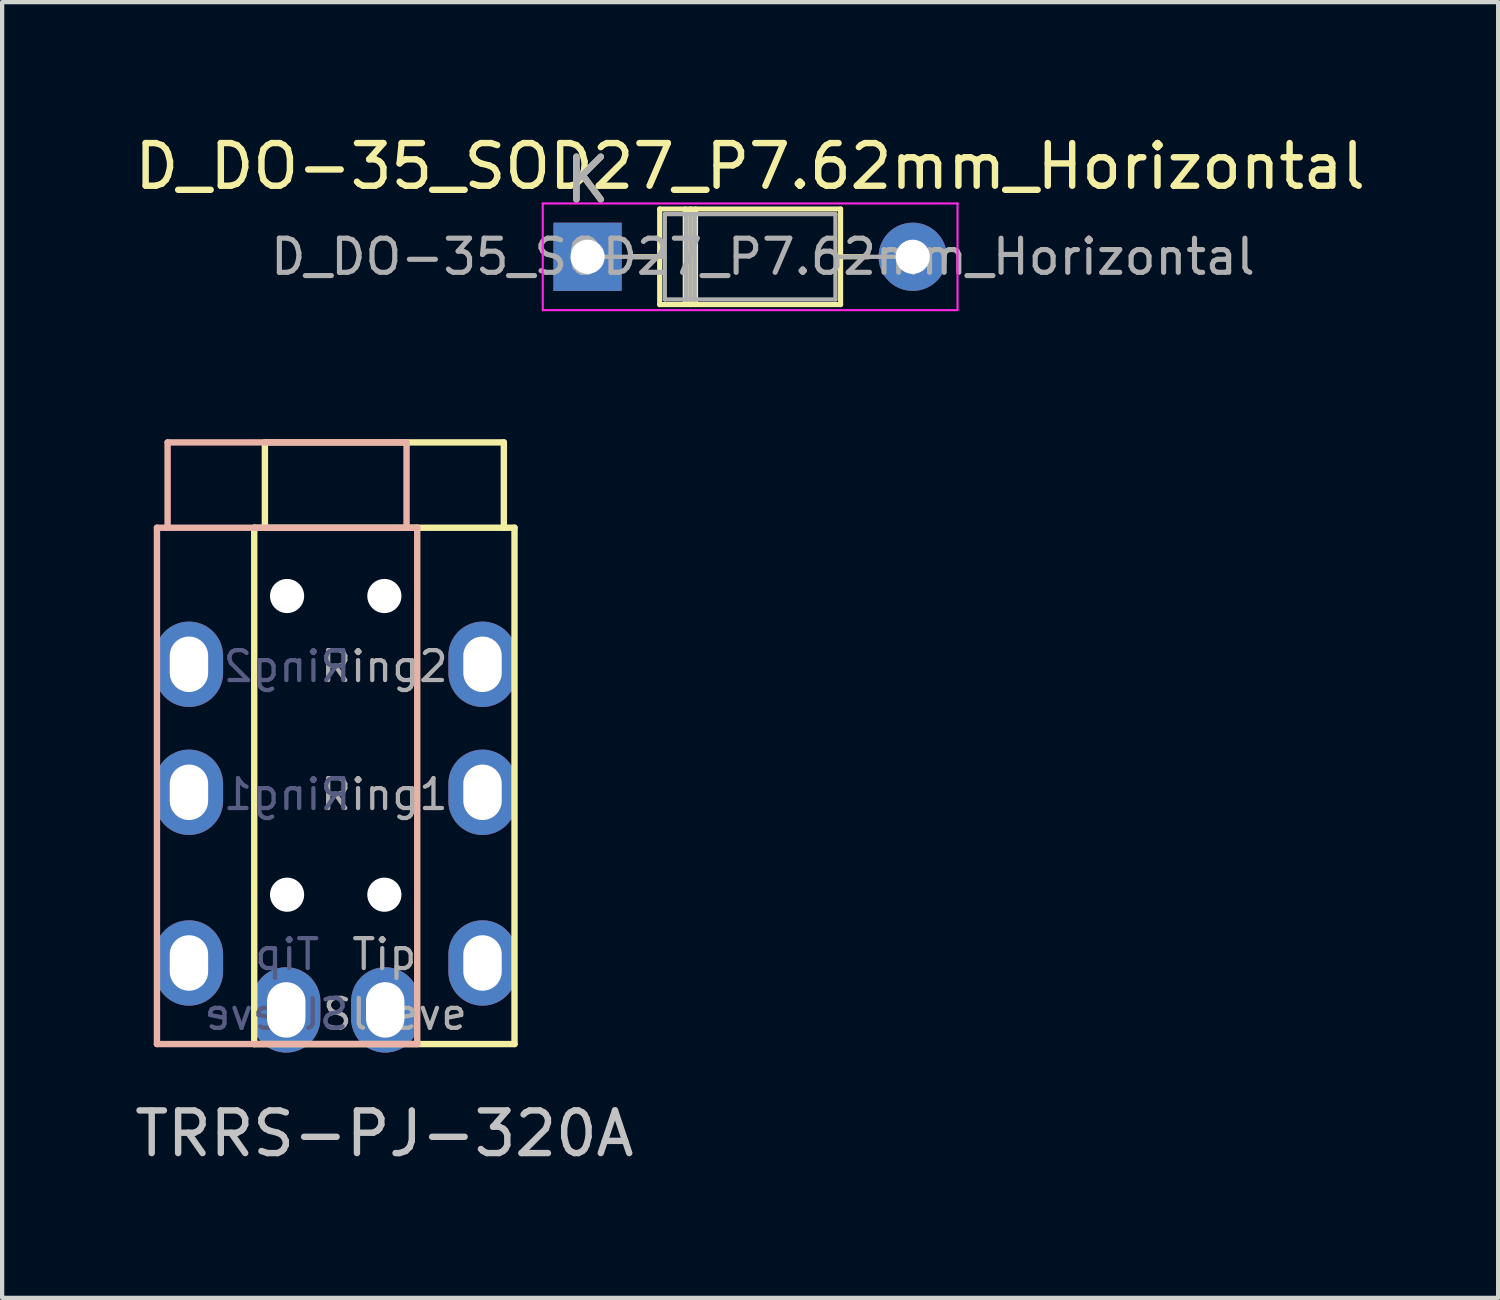
<source format=kicad_pcb>
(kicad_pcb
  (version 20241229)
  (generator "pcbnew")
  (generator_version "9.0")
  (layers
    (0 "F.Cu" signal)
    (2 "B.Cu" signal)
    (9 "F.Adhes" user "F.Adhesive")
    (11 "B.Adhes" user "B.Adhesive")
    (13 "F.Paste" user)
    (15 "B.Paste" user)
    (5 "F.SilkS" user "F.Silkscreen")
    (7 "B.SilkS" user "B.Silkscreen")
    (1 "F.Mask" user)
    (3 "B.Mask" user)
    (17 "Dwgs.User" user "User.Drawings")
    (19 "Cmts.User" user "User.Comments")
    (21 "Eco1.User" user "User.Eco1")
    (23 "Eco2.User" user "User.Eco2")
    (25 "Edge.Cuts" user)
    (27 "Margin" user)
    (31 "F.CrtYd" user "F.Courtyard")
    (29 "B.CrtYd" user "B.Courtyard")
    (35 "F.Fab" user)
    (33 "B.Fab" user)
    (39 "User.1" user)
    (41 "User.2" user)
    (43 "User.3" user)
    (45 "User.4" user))
  (footprint "TRRS-PJ-320A"
    (layer "F.Cu")
    (at 5.958 9.318)
    (property "Reference" "TRRS-PJ-320A" (at 0 14.2 0) (layer "Dwgs.User") (effects (font (size 1 1) (thickness 0.15))))
    (attr through_hole)
    (fp_line (start -3.05 0) (end -3.05 12.1) (stroke (width 0.15) (type solid)) (layer "F.SilkS"))
    (fp_line (start -2.8 0) (end -2.8 -2) (stroke (width 0.15) (type solid)) (layer "F.SilkS"))
    (fp_line (start 2.8 -2) (end -2.8 -2) (stroke (width 0.15) (type solid)) (layer "F.SilkS"))
    (fp_line (start 2.8 0) (end 2.8 -2) (stroke (width 0.15) (type solid)) (layer "F.SilkS"))
    (fp_line (start 3.05 0) (end -3.05 0) (stroke (width 0.15) (type solid)) (layer "F.SilkS"))
    (fp_line (start 3.05 0) (end 3.05 12.1) (stroke (width 0.15) (type solid)) (layer "F.SilkS"))
    (fp_line (start 3.05 12.1) (end -3.05 12.1) (stroke (width 0.15) (type solid)) (layer "F.SilkS"))
    (fp_line (start -5.33 0) (end -5.33 12.1) (stroke (width 0.15) (type solid)) (layer "B.SilkS"))
    (fp_line (start -5.33 0) (end 0.77 0) (stroke (width 0.15) (type solid)) (layer "B.SilkS"))
    (fp_line (start -5.33 12.1) (end 0.77 12.1) (stroke (width 0.15) (type solid)) (layer "B.SilkS"))
    (fp_line (start -5.08 -2) (end 0.52 -2) (stroke (width 0.15) (type solid)) (layer "B.SilkS"))
    (fp_line (start -5.08 0) (end -5.08 -2) (stroke (width 0.15) (type solid)) (layer "B.SilkS"))
    (fp_line (start 0.52 0) (end 0.52 -2) (stroke (width 0.15) (type solid)) (layer "B.SilkS"))
    (fp_line (start 0.77 0) (end 0.77 12.1) (stroke (width 0.15) (type solid)) (layer "B.SilkS"))
    (fp_text user "Sleeve" (at -2.53 11.4 0) (layer "B.Fab") (effects (font (size 0.7 0.7) (thickness 0.1)) (justify mirror)))
    (fp_text user "Ring1" (at -2.28 6.25 0) (layer "B.Fab") (effects (font (size 0.7 0.7) (thickness 0.1)) (justify mirror)))
    (fp_text user "Ring2" (at -2.28 3.25 0) (layer "B.Fab") (effects (font (size 0.7 0.7) (thickness 0.1)) (justify mirror)))
    (fp_text user "Tip" (at -2.28 10 0) (layer "B.Fab") (effects (font (size 0.7 0.7) (thickness 0.1)) (justify mirror)))
    (fp_text user "Sleeve" (at 0.25 11.4 0) (layer "F.Fab") (effects (font (size 0.7 0.7) (thickness 0.1))))
    (fp_text user "Ring2" (at 0 3.25 0) (layer "F.Fab") (effects (font (size 0.7 0.7) (thickness 0.1))))
    (fp_text user "Ring1" (at 0 6.25 0) (layer "F.Fab") (effects (font (size 0.7 0.7) (thickness 0.1))))
    (fp_text user "Tip" (at 0 10 0) (layer "F.Fab") (effects (font (size 0.7 0.7) (thickness 0.1))))
    (pad "" np_thru_hole circle (at -2.28 1.6) (size 0.8 0.8) (drill 0.8) (layers "*.Cu" "*.Mask"))
    (pad "" np_thru_hole circle (at -2.28 8.6) (size 0.8 0.8) (drill 0.8) (layers "*.Cu" "*.Mask"))
    (pad "" np_thru_hole circle (at 0 1.6) (size 0.8 0.8) (drill 0.8) (layers "*.Cu" "*.Mask"))
    (pad "" np_thru_hole circle (at 0 8.6) (size 0.8 0.8) (drill 0.8) (layers "*.Cu" "*.Mask"))
    (pad "R1" thru_hole oval (at -4.58 6.2) (size 1.6 2) (drill oval 0.9 1.3) (layers "*.Cu" "*.Mask"))
    (pad "R1" thru_hole oval (at 2.3 6.2) (size 1.6 2) (drill oval 0.9 1.3) (layers "*.Cu" "*.Mask"))
    (pad "R2" thru_hole oval (at -4.58 3.2) (size 1.6 2) (drill oval 0.9 1.3) (layers "*.Cu" "*.Mask"))
    (pad "R2" thru_hole oval (at 2.3 3.2) (size 1.6 2) (drill oval 0.9 1.3) (layers "*.Cu" "*.Mask"))
    (pad "S" thru_hole oval (at -2.3 11.3) (size 1.6 2) (drill oval 0.9 1.3) (layers "*.Cu" "*.Mask"))
    (pad "S" thru_hole oval (at 0.02 11.3) (size 1.6 2) (drill oval 0.9 1.3) (layers "*.Cu" "*.Mask"))
    (pad "T" thru_hole oval (at -4.58 10.2) (size 1.6 2) (drill oval 0.9 1.3) (layers "*.Cu" "*.Mask"))
    (pad "T" thru_hole oval (at 2.3 10.2) (size 1.6 2) (drill oval 0.9 1.3) (layers "*.Cu" "*.Mask")))
  (footprint "D_DO-35_SOD27_P7.62mm_Horizontal"
    (layer "F.Cu")
    (at 10.72 2.968)
    (property "Reference" "D_DO-35_SOD27_P7.62mm_Horizontal" (at 3.81 -2.12 180) (layer "F.SilkS") (effects (font (size 1 1) (thickness 0.15))))
    (attr through_hole)
    (fp_line (start 1.04 0) (end 1.69 0) (stroke (width 0.12) (type solid)) (layer "F.SilkS"))
    (fp_line (start 1.69 -1.12) (end 1.69 1.12) (stroke (width 0.12) (type solid)) (layer "F.SilkS"))
    (fp_line (start 1.69 1.12) (end 5.93 1.12) (stroke (width 0.12) (type solid)) (layer "F.SilkS"))
    (fp_line (start 2.29 -1.12) (end 2.29 1.12) (stroke (width 0.12) (type solid)) (layer "F.SilkS"))
    (fp_line (start 2.41 -1.12) (end 2.41 1.12) (stroke (width 0.12) (type solid)) (layer "F.SilkS"))
    (fp_line (start 2.53 -1.12) (end 2.53 1.12) (stroke (width 0.12) (type solid)) (layer "F.SilkS"))
    (fp_line (start 5.93 -1.12) (end 1.69 -1.12) (stroke (width 0.12) (type solid)) (layer "F.SilkS"))
    (fp_line (start 5.93 1.12) (end 5.93 -1.12) (stroke (width 0.12) (type solid)) (layer "F.SilkS"))
    (fp_line (start 6.58 0) (end 5.93 0) (stroke (width 0.12) (type solid)) (layer "F.SilkS"))
    (fp_line (start -1.05 -1.25) (end -1.05 1.25) (stroke (width 0.05) (type solid)) (layer "F.CrtYd"))
    (fp_line (start -1.05 1.25) (end 8.67 1.25) (stroke (width 0.05) (type solid)) (layer "F.CrtYd"))
    (fp_line (start 8.67 -1.25) (end -1.05 -1.25) (stroke (width 0.05) (type solid)) (layer "F.CrtYd"))
    (fp_line (start 8.67 1.25) (end 8.67 -1.25) (stroke (width 0.05) (type solid)) (layer "F.CrtYd"))
    (fp_line (start 0 0) (end 1.81 0) (stroke (width 0.1) (type solid)) (layer "F.Fab"))
    (fp_line (start 1.81 -1) (end 1.81 1) (stroke (width 0.1) (type solid)) (layer "F.Fab"))
    (fp_line (start 1.81 1) (end 5.81 1) (stroke (width 0.1) (type solid)) (layer "F.Fab"))
    (fp_line (start 2.31 -1) (end 2.31 1) (stroke (width 0.1) (type solid)) (layer "F.Fab"))
    (fp_line (start 2.41 -1) (end 2.41 1) (stroke (width 0.1) (type solid)) (layer "F.Fab"))
    (fp_line (start 2.51 -1) (end 2.51 1) (stroke (width 0.1) (type solid)) (layer "F.Fab"))
    (fp_line (start 5.81 -1) (end 1.81 -1) (stroke (width 0.1) (type solid)) (layer "F.Fab"))
    (fp_line (start 5.81 1) (end 5.81 -1) (stroke (width 0.1) (type solid)) (layer "F.Fab"))
    (fp_line (start 7.62 0) (end 5.81 0) (stroke (width 0.1) (type solid)) (layer "F.Fab"))
    (fp_text user "K" (at 0 -1.8 180) (layer "F.SilkS") (effects (font (size 1 1) (thickness 0.15))))
    (fp_text user "${REFERENCE}" (at 4.11 0 180) (layer "F.Fab") (effects (font (size 0.8 0.8) (thickness 0.12))))
    (fp_text user "K" (at 0 -1.8 180) (layer "F.Fab") (effects (font (size 1 1) (thickness 0.15))))
    (pad "1" thru_hole rect (at 0 0) (size 1.6 1.6) (drill 0.8) (layers "*.Cu" "*.Mask"))
    (pad "2" thru_hole oval (at 7.62 0) (size 1.6 1.6) (drill 0.8) (layers "*.Cu" "*.Mask")))
  (gr_rect
    (start -3 -3)
    (end 32.06 27.366)
    (stroke (width 0.1) (type default))
    (fill no)
    (layer "Edge.Cuts")))
</source>
